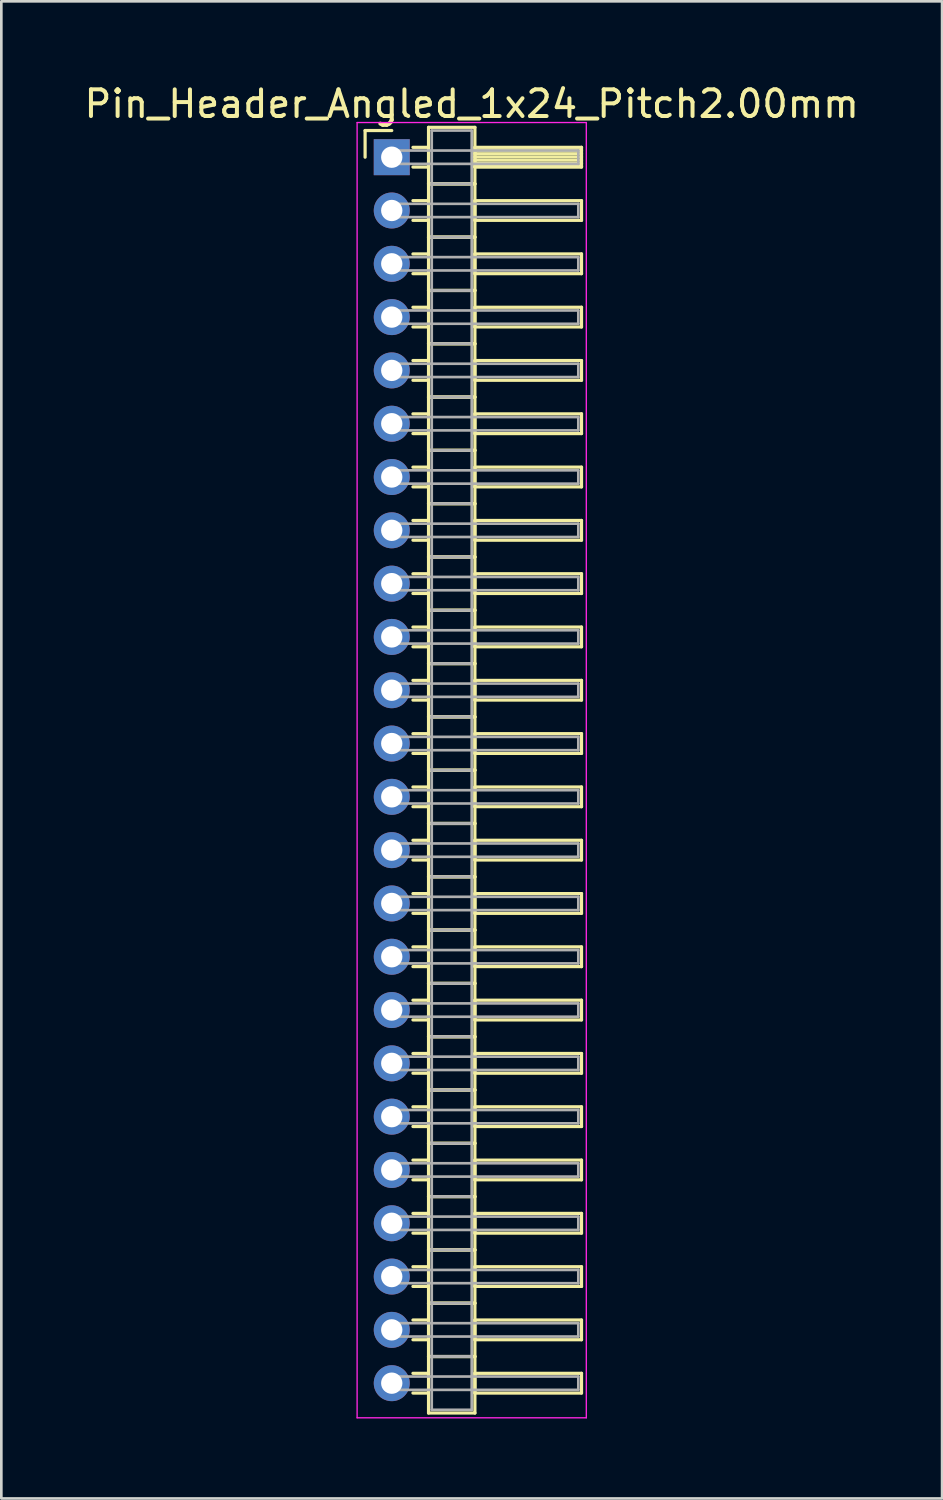
<source format=kicad_pcb>
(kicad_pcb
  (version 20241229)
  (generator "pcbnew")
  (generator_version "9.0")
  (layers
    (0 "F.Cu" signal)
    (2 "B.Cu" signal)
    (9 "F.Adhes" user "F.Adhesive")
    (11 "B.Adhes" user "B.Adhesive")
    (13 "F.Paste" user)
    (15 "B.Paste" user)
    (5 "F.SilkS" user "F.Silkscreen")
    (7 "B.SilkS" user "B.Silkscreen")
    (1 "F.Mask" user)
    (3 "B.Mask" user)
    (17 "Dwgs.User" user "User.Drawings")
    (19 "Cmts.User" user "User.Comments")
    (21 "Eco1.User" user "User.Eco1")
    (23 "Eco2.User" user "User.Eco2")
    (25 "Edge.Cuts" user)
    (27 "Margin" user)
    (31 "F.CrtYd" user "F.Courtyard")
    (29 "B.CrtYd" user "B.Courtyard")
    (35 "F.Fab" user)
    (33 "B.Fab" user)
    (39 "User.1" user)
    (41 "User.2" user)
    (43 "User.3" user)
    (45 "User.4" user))
  (footprint "Pin_Header_Angled_1x24_Pitch2.00mm"
    (layer "F.Cu")
    (at 11.649 2.848)
    (property "Reference" "Pin_Header_Angled_1x24_Pitch2.00mm" (at 3 -2 0) (layer "F.SilkS") (effects (font (size 1 1) (thickness 0.15))))
    (attr through_hole)
    (fp_line (start -1 -1) (end 0 -1) (stroke (width 0.12) (type solid)) (layer "F.SilkS"))
    (fp_line (start -1 0) (end -1 -1) (stroke (width 0.12) (type solid)) (layer "F.SilkS"))
    (fp_line (start 0.795 -0.37) (end 1.38 -0.37) (stroke (width 0.12) (type solid)) (layer "F.SilkS"))
    (fp_line (start 0.795 0.37) (end 1.38 0.37) (stroke (width 0.12) (type solid)) (layer "F.SilkS"))
    (fp_line (start 0.795 1.63) (end 1.38 1.63) (stroke (width 0.12) (type solid)) (layer "F.SilkS"))
    (fp_line (start 0.795 2.37) (end 1.38 2.37) (stroke (width 0.12) (type solid)) (layer "F.SilkS"))
    (fp_line (start 0.795 3.63) (end 1.38 3.63) (stroke (width 0.12) (type solid)) (layer "F.SilkS"))
    (fp_line (start 0.795 4.37) (end 1.38 4.37) (stroke (width 0.12) (type solid)) (layer "F.SilkS"))
    (fp_line (start 0.795 5.63) (end 1.38 5.63) (stroke (width 0.12) (type solid)) (layer "F.SilkS"))
    (fp_line (start 0.795 6.37) (end 1.38 6.37) (stroke (width 0.12) (type solid)) (layer "F.SilkS"))
    (fp_line (start 0.795 7.63) (end 1.38 7.63) (stroke (width 0.12) (type solid)) (layer "F.SilkS"))
    (fp_line (start 0.795 8.37) (end 1.38 8.37) (stroke (width 0.12) (type solid)) (layer "F.SilkS"))
    (fp_line (start 0.795 9.63) (end 1.38 9.63) (stroke (width 0.12) (type solid)) (layer "F.SilkS"))
    (fp_line (start 0.795 10.37) (end 1.38 10.37) (stroke (width 0.12) (type solid)) (layer "F.SilkS"))
    (fp_line (start 0.795 11.63) (end 1.38 11.63) (stroke (width 0.12) (type solid)) (layer "F.SilkS"))
    (fp_line (start 0.795 12.37) (end 1.38 12.37) (stroke (width 0.12) (type solid)) (layer "F.SilkS"))
    (fp_line (start 0.795 13.63) (end 1.38 13.63) (stroke (width 0.12) (type solid)) (layer "F.SilkS"))
    (fp_line (start 0.795 14.37) (end 1.38 14.37) (stroke (width 0.12) (type solid)) (layer "F.SilkS"))
    (fp_line (start 0.795 15.63) (end 1.38 15.63) (stroke (width 0.12) (type solid)) (layer "F.SilkS"))
    (fp_line (start 0.795 16.37) (end 1.38 16.37) (stroke (width 0.12) (type solid)) (layer "F.SilkS"))
    (fp_line (start 0.795 17.63) (end 1.38 17.63) (stroke (width 0.12) (type solid)) (layer "F.SilkS"))
    (fp_line (start 0.795 18.37) (end 1.38 18.37) (stroke (width 0.12) (type solid)) (layer "F.SilkS"))
    (fp_line (start 0.795 19.63) (end 1.38 19.63) (stroke (width 0.12) (type solid)) (layer "F.SilkS"))
    (fp_line (start 0.795 20.37) (end 1.38 20.37) (stroke (width 0.12) (type solid)) (layer "F.SilkS"))
    (fp_line (start 0.795 21.63) (end 1.38 21.63) (stroke (width 0.12) (type solid)) (layer "F.SilkS"))
    (fp_line (start 0.795 22.37) (end 1.38 22.37) (stroke (width 0.12) (type solid)) (layer "F.SilkS"))
    (fp_line (start 0.795 23.63) (end 1.38 23.63) (stroke (width 0.12) (type solid)) (layer "F.SilkS"))
    (fp_line (start 0.795 24.37) (end 1.38 24.37) (stroke (width 0.12) (type solid)) (layer "F.SilkS"))
    (fp_line (start 0.795 25.63) (end 1.38 25.63) (stroke (width 0.12) (type solid)) (layer "F.SilkS"))
    (fp_line (start 0.795 26.37) (end 1.38 26.37) (stroke (width 0.12) (type solid)) (layer "F.SilkS"))
    (fp_line (start 0.795 27.63) (end 1.38 27.63) (stroke (width 0.12) (type solid)) (layer "F.SilkS"))
    (fp_line (start 0.795 28.37) (end 1.38 28.37) (stroke (width 0.12) (type solid)) (layer "F.SilkS"))
    (fp_line (start 0.795 29.63) (end 1.38 29.63) (stroke (width 0.12) (type solid)) (layer "F.SilkS"))
    (fp_line (start 0.795 30.37) (end 1.38 30.37) (stroke (width 0.12) (type solid)) (layer "F.SilkS"))
    (fp_line (start 0.795 31.63) (end 1.38 31.63) (stroke (width 0.12) (type solid)) (layer "F.SilkS"))
    (fp_line (start 0.795 32.37) (end 1.38 32.37) (stroke (width 0.12) (type solid)) (layer "F.SilkS"))
    (fp_line (start 0.795 33.63) (end 1.38 33.63) (stroke (width 0.12) (type solid)) (layer "F.SilkS"))
    (fp_line (start 0.795 34.37) (end 1.38 34.37) (stroke (width 0.12) (type solid)) (layer "F.SilkS"))
    (fp_line (start 0.795 35.63) (end 1.38 35.63) (stroke (width 0.12) (type solid)) (layer "F.SilkS"))
    (fp_line (start 0.795 36.37) (end 1.38 36.37) (stroke (width 0.12) (type solid)) (layer "F.SilkS"))
    (fp_line (start 0.795 37.63) (end 1.38 37.63) (stroke (width 0.12) (type solid)) (layer "F.SilkS"))
    (fp_line (start 0.795 38.37) (end 1.38 38.37) (stroke (width 0.12) (type solid)) (layer "F.SilkS"))
    (fp_line (start 0.795 39.63) (end 1.38 39.63) (stroke (width 0.12) (type solid)) (layer "F.SilkS"))
    (fp_line (start 0.795 40.37) (end 1.38 40.37) (stroke (width 0.12) (type solid)) (layer "F.SilkS"))
    (fp_line (start 0.795 41.63) (end 1.38 41.63) (stroke (width 0.12) (type solid)) (layer "F.SilkS"))
    (fp_line (start 0.795 42.37) (end 1.38 42.37) (stroke (width 0.12) (type solid)) (layer "F.SilkS"))
    (fp_line (start 0.795 43.63) (end 1.38 43.63) (stroke (width 0.12) (type solid)) (layer "F.SilkS"))
    (fp_line (start 0.795 44.37) (end 1.38 44.37) (stroke (width 0.12) (type solid)) (layer "F.SilkS"))
    (fp_line (start 0.795 45.63) (end 1.38 45.63) (stroke (width 0.12) (type solid)) (layer "F.SilkS"))
    (fp_line (start 0.795 46.37) (end 1.38 46.37) (stroke (width 0.12) (type solid)) (layer "F.SilkS"))
    (fp_line (start 1.38 -1.12) (end 1.38 1) (stroke (width 0.12) (type solid)) (layer "F.SilkS"))
    (fp_line (start 1.38 1) (end 1.38 3) (stroke (width 0.12) (type solid)) (layer "F.SilkS"))
    (fp_line (start 1.38 1) (end 3.12 1) (stroke (width 0.12) (type solid)) (layer "F.SilkS"))
    (fp_line (start 1.38 3) (end 1.38 5) (stroke (width 0.12) (type solid)) (layer "F.SilkS"))
    (fp_line (start 1.38 3) (end 3.12 3) (stroke (width 0.12) (type solid)) (layer "F.SilkS"))
    (fp_line (start 1.38 5) (end 1.38 7) (stroke (width 0.12) (type solid)) (layer "F.SilkS"))
    (fp_line (start 1.38 5) (end 3.12 5) (stroke (width 0.12) (type solid)) (layer "F.SilkS"))
    (fp_line (start 1.38 7) (end 1.38 9) (stroke (width 0.12) (type solid)) (layer "F.SilkS"))
    (fp_line (start 1.38 7) (end 3.12 7) (stroke (width 0.12) (type solid)) (layer "F.SilkS"))
    (fp_line (start 1.38 9) (end 1.38 11) (stroke (width 0.12) (type solid)) (layer "F.SilkS"))
    (fp_line (start 1.38 9) (end 3.12 9) (stroke (width 0.12) (type solid)) (layer "F.SilkS"))
    (fp_line (start 1.38 11) (end 1.38 13) (stroke (width 0.12) (type solid)) (layer "F.SilkS"))
    (fp_line (start 1.38 11) (end 3.12 11) (stroke (width 0.12) (type solid)) (layer "F.SilkS"))
    (fp_line (start 1.38 13) (end 1.38 15) (stroke (width 0.12) (type solid)) (layer "F.SilkS"))
    (fp_line (start 1.38 13) (end 3.12 13) (stroke (width 0.12) (type solid)) (layer "F.SilkS"))
    (fp_line (start 1.38 15) (end 1.38 17) (stroke (width 0.12) (type solid)) (layer "F.SilkS"))
    (fp_line (start 1.38 15) (end 3.12 15) (stroke (width 0.12) (type solid)) (layer "F.SilkS"))
    (fp_line (start 1.38 17) (end 1.38 19) (stroke (width 0.12) (type solid)) (layer "F.SilkS"))
    (fp_line (start 1.38 17) (end 3.12 17) (stroke (width 0.12) (type solid)) (layer "F.SilkS"))
    (fp_line (start 1.38 19) (end 1.38 21) (stroke (width 0.12) (type solid)) (layer "F.SilkS"))
    (fp_line (start 1.38 19) (end 3.12 19) (stroke (width 0.12) (type solid)) (layer "F.SilkS"))
    (fp_line (start 1.38 21) (end 1.38 23) (stroke (width 0.12) (type solid)) (layer "F.SilkS"))
    (fp_line (start 1.38 21) (end 3.12 21) (stroke (width 0.12) (type solid)) (layer "F.SilkS"))
    (fp_line (start 1.38 23) (end 1.38 25) (stroke (width 0.12) (type solid)) (layer "F.SilkS"))
    (fp_line (start 1.38 23) (end 3.12 23) (stroke (width 0.12) (type solid)) (layer "F.SilkS"))
    (fp_line (start 1.38 25) (end 1.38 27) (stroke (width 0.12) (type solid)) (layer "F.SilkS"))
    (fp_line (start 1.38 25) (end 3.12 25) (stroke (width 0.12) (type solid)) (layer "F.SilkS"))
    (fp_line (start 1.38 27) (end 1.38 29) (stroke (width 0.12) (type solid)) (layer "F.SilkS"))
    (fp_line (start 1.38 27) (end 3.12 27) (stroke (width 0.12) (type solid)) (layer "F.SilkS"))
    (fp_line (start 1.38 29) (end 1.38 31) (stroke (width 0.12) (type solid)) (layer "F.SilkS"))
    (fp_line (start 1.38 29) (end 3.12 29) (stroke (width 0.12) (type solid)) (layer "F.SilkS"))
    (fp_line (start 1.38 31) (end 1.38 33) (stroke (width 0.12) (type solid)) (layer "F.SilkS"))
    (fp_line (start 1.38 31) (end 3.12 31) (stroke (width 0.12) (type solid)) (layer "F.SilkS"))
    (fp_line (start 1.38 33) (end 1.38 35) (stroke (width 0.12) (type solid)) (layer "F.SilkS"))
    (fp_line (start 1.38 33) (end 3.12 33) (stroke (width 0.12) (type solid)) (layer "F.SilkS"))
    (fp_line (start 1.38 35) (end 1.38 37) (stroke (width 0.12) (type solid)) (layer "F.SilkS"))
    (fp_line (start 1.38 35) (end 3.12 35) (stroke (width 0.12) (type solid)) (layer "F.SilkS"))
    (fp_line (start 1.38 37) (end 1.38 39) (stroke (width 0.12) (type solid)) (layer "F.SilkS"))
    (fp_line (start 1.38 37) (end 3.12 37) (stroke (width 0.12) (type solid)) (layer "F.SilkS"))
    (fp_line (start 1.38 39) (end 1.38 41) (stroke (width 0.12) (type solid)) (layer "F.SilkS"))
    (fp_line (start 1.38 39) (end 3.12 39) (stroke (width 0.12) (type solid)) (layer "F.SilkS"))
    (fp_line (start 1.38 41) (end 1.38 43) (stroke (width 0.12) (type solid)) (layer "F.SilkS"))
    (fp_line (start 1.38 41) (end 3.12 41) (stroke (width 0.12) (type solid)) (layer "F.SilkS"))
    (fp_line (start 1.38 43) (end 1.38 45) (stroke (width 0.12) (type solid)) (layer "F.SilkS"))
    (fp_line (start 1.38 43) (end 3.12 43) (stroke (width 0.12) (type solid)) (layer "F.SilkS"))
    (fp_line (start 1.38 45) (end 1.38 47.12) (stroke (width 0.12) (type solid)) (layer "F.SilkS"))
    (fp_line (start 1.38 45) (end 3.12 45) (stroke (width 0.12) (type solid)) (layer "F.SilkS"))
    (fp_line (start 1.38 47.12) (end 3.12 47.12) (stroke (width 0.12) (type solid)) (layer "F.SilkS"))
    (fp_line (start 3.12 -1.12) (end 1.38 -1.12) (stroke (width 0.12) (type solid)) (layer "F.SilkS"))
    (fp_line (start 3.12 -0.37) (end 3.12 0.37) (stroke (width 0.12) (type solid)) (layer "F.SilkS"))
    (fp_line (start 3.12 -0.25) (end 7.12 -0.25) (stroke (width 0.12) (type solid)) (layer "F.SilkS"))
    (fp_line (start 3.12 -0.13) (end 7.12 -0.13) (stroke (width 0.12) (type solid)) (layer "F.SilkS"))
    (fp_line (start 3.12 -0.01) (end 7.12 -0.01) (stroke (width 0.12) (type solid)) (layer "F.SilkS"))
    (fp_line (start 3.12 0.11) (end 7.12 0.11) (stroke (width 0.12) (type solid)) (layer "F.SilkS"))
    (fp_line (start 3.12 0.23) (end 7.12 0.23) (stroke (width 0.12) (type solid)) (layer "F.SilkS"))
    (fp_line (start 3.12 0.35) (end 7.12 0.35) (stroke (width 0.12) (type solid)) (layer "F.SilkS"))
    (fp_line (start 3.12 0.37) (end 7.12 0.37) (stroke (width 0.12) (type solid)) (layer "F.SilkS"))
    (fp_line (start 3.12 1) (end 1.38 1) (stroke (width 0.12) (type solid)) (layer "F.SilkS"))
    (fp_line (start 3.12 1) (end 3.12 -1.12) (stroke (width 0.12) (type solid)) (layer "F.SilkS"))
    (fp_line (start 3.12 1.63) (end 3.12 2.37) (stroke (width 0.12) (type solid)) (layer "F.SilkS"))
    (fp_line (start 3.12 2.37) (end 7.12 2.37) (stroke (width 0.12) (type solid)) (layer "F.SilkS"))
    (fp_line (start 3.12 3) (end 1.38 3) (stroke (width 0.12) (type solid)) (layer "F.SilkS"))
    (fp_line (start 3.12 3) (end 3.12 1) (stroke (width 0.12) (type solid)) (layer "F.SilkS"))
    (fp_line (start 3.12 3.63) (end 3.12 4.37) (stroke (width 0.12) (type solid)) (layer "F.SilkS"))
    (fp_line (start 3.12 4.37) (end 7.12 4.37) (stroke (width 0.12) (type solid)) (layer "F.SilkS"))
    (fp_line (start 3.12 5) (end 1.38 5) (stroke (width 0.12) (type solid)) (layer "F.SilkS"))
    (fp_line (start 3.12 5) (end 3.12 3) (stroke (width 0.12) (type solid)) (layer "F.SilkS"))
    (fp_line (start 3.12 5.63) (end 3.12 6.37) (stroke (width 0.12) (type solid)) (layer "F.SilkS"))
    (fp_line (start 3.12 6.37) (end 7.12 6.37) (stroke (width 0.12) (type solid)) (layer "F.SilkS"))
    (fp_line (start 3.12 7) (end 1.38 7) (stroke (width 0.12) (type solid)) (layer "F.SilkS"))
    (fp_line (start 3.12 7) (end 3.12 5) (stroke (width 0.12) (type solid)) (layer "F.SilkS"))
    (fp_line (start 3.12 7.63) (end 3.12 8.37) (stroke (width 0.12) (type solid)) (layer "F.SilkS"))
    (fp_line (start 3.12 8.37) (end 7.12 8.37) (stroke (width 0.12) (type solid)) (layer "F.SilkS"))
    (fp_line (start 3.12 9) (end 1.38 9) (stroke (width 0.12) (type solid)) (layer "F.SilkS"))
    (fp_line (start 3.12 9) (end 3.12 7) (stroke (width 0.12) (type solid)) (layer "F.SilkS"))
    (fp_line (start 3.12 9.63) (end 3.12 10.37) (stroke (width 0.12) (type solid)) (layer "F.SilkS"))
    (fp_line (start 3.12 10.37) (end 7.12 10.37) (stroke (width 0.12) (type solid)) (layer "F.SilkS"))
    (fp_line (start 3.12 11) (end 1.38 11) (stroke (width 0.12) (type solid)) (layer "F.SilkS"))
    (fp_line (start 3.12 11) (end 3.12 9) (stroke (width 0.12) (type solid)) (layer "F.SilkS"))
    (fp_line (start 3.12 11.63) (end 3.12 12.37) (stroke (width 0.12) (type solid)) (layer "F.SilkS"))
    (fp_line (start 3.12 12.37) (end 7.12 12.37) (stroke (width 0.12) (type solid)) (layer "F.SilkS"))
    (fp_line (start 3.12 13) (end 1.38 13) (stroke (width 0.12) (type solid)) (layer "F.SilkS"))
    (fp_line (start 3.12 13) (end 3.12 11) (stroke (width 0.12) (type solid)) (layer "F.SilkS"))
    (fp_line (start 3.12 13.63) (end 3.12 14.37) (stroke (width 0.12) (type solid)) (layer "F.SilkS"))
    (fp_line (start 3.12 14.37) (end 7.12 14.37) (stroke (width 0.12) (type solid)) (layer "F.SilkS"))
    (fp_line (start 3.12 15) (end 1.38 15) (stroke (width 0.12) (type solid)) (layer "F.SilkS"))
    (fp_line (start 3.12 15) (end 3.12 13) (stroke (width 0.12) (type solid)) (layer "F.SilkS"))
    (fp_line (start 3.12 15.63) (end 3.12 16.37) (stroke (width 0.12) (type solid)) (layer "F.SilkS"))
    (fp_line (start 3.12 16.37) (end 7.12 16.37) (stroke (width 0.12) (type solid)) (layer "F.SilkS"))
    (fp_line (start 3.12 17) (end 1.38 17) (stroke (width 0.12) (type solid)) (layer "F.SilkS"))
    (fp_line (start 3.12 17) (end 3.12 15) (stroke (width 0.12) (type solid)) (layer "F.SilkS"))
    (fp_line (start 3.12 17.63) (end 3.12 18.37) (stroke (width 0.12) (type solid)) (layer "F.SilkS"))
    (fp_line (start 3.12 18.37) (end 7.12 18.37) (stroke (width 0.12) (type solid)) (layer "F.SilkS"))
    (fp_line (start 3.12 19) (end 1.38 19) (stroke (width 0.12) (type solid)) (layer "F.SilkS"))
    (fp_line (start 3.12 19) (end 3.12 17) (stroke (width 0.12) (type solid)) (layer "F.SilkS"))
    (fp_line (start 3.12 19.63) (end 3.12 20.37) (stroke (width 0.12) (type solid)) (layer "F.SilkS"))
    (fp_line (start 3.12 20.37) (end 7.12 20.37) (stroke (width 0.12) (type solid)) (layer "F.SilkS"))
    (fp_line (start 3.12 21) (end 1.38 21) (stroke (width 0.12) (type solid)) (layer "F.SilkS"))
    (fp_line (start 3.12 21) (end 3.12 19) (stroke (width 0.12) (type solid)) (layer "F.SilkS"))
    (fp_line (start 3.12 21.63) (end 3.12 22.37) (stroke (width 0.12) (type solid)) (layer "F.SilkS"))
    (fp_line (start 3.12 22.37) (end 7.12 22.37) (stroke (width 0.12) (type solid)) (layer "F.SilkS"))
    (fp_line (start 3.12 23) (end 1.38 23) (stroke (width 0.12) (type solid)) (layer "F.SilkS"))
    (fp_line (start 3.12 23) (end 3.12 21) (stroke (width 0.12) (type solid)) (layer "F.SilkS"))
    (fp_line (start 3.12 23.63) (end 3.12 24.37) (stroke (width 0.12) (type solid)) (layer "F.SilkS"))
    (fp_line (start 3.12 24.37) (end 7.12 24.37) (stroke (width 0.12) (type solid)) (layer "F.SilkS"))
    (fp_line (start 3.12 25) (end 1.38 25) (stroke (width 0.12) (type solid)) (layer "F.SilkS"))
    (fp_line (start 3.12 25) (end 3.12 23) (stroke (width 0.12) (type solid)) (layer "F.SilkS"))
    (fp_line (start 3.12 25.63) (end 3.12 26.37) (stroke (width 0.12) (type solid)) (layer "F.SilkS"))
    (fp_line (start 3.12 26.37) (end 7.12 26.37) (stroke (width 0.12) (type solid)) (layer "F.SilkS"))
    (fp_line (start 3.12 27) (end 1.38 27) (stroke (width 0.12) (type solid)) (layer "F.SilkS"))
    (fp_line (start 3.12 27) (end 3.12 25) (stroke (width 0.12) (type solid)) (layer "F.SilkS"))
    (fp_line (start 3.12 27.63) (end 3.12 28.37) (stroke (width 0.12) (type solid)) (layer "F.SilkS"))
    (fp_line (start 3.12 28.37) (end 7.12 28.37) (stroke (width 0.12) (type solid)) (layer "F.SilkS"))
    (fp_line (start 3.12 29) (end 1.38 29) (stroke (width 0.12) (type solid)) (layer "F.SilkS"))
    (fp_line (start 3.12 29) (end 3.12 27) (stroke (width 0.12) (type solid)) (layer "F.SilkS"))
    (fp_line (start 3.12 29.63) (end 3.12 30.37) (stroke (width 0.12) (type solid)) (layer "F.SilkS"))
    (fp_line (start 3.12 30.37) (end 7.12 30.37) (stroke (width 0.12) (type solid)) (layer "F.SilkS"))
    (fp_line (start 3.12 31) (end 1.38 31) (stroke (width 0.12) (type solid)) (layer "F.SilkS"))
    (fp_line (start 3.12 31) (end 3.12 29) (stroke (width 0.12) (type solid)) (layer "F.SilkS"))
    (fp_line (start 3.12 31.63) (end 3.12 32.37) (stroke (width 0.12) (type solid)) (layer "F.SilkS"))
    (fp_line (start 3.12 32.37) (end 7.12 32.37) (stroke (width 0.12) (type solid)) (layer "F.SilkS"))
    (fp_line (start 3.12 33) (end 1.38 33) (stroke (width 0.12) (type solid)) (layer "F.SilkS"))
    (fp_line (start 3.12 33) (end 3.12 31) (stroke (width 0.12) (type solid)) (layer "F.SilkS"))
    (fp_line (start 3.12 33.63) (end 3.12 34.37) (stroke (width 0.12) (type solid)) (layer "F.SilkS"))
    (fp_line (start 3.12 34.37) (end 7.12 34.37) (stroke (width 0.12) (type solid)) (layer "F.SilkS"))
    (fp_line (start 3.12 35) (end 1.38 35) (stroke (width 0.12) (type solid)) (layer "F.SilkS"))
    (fp_line (start 3.12 35) (end 3.12 33) (stroke (width 0.12) (type solid)) (layer "F.SilkS"))
    (fp_line (start 3.12 35.63) (end 3.12 36.37) (stroke (width 0.12) (type solid)) (layer "F.SilkS"))
    (fp_line (start 3.12 36.37) (end 7.12 36.37) (stroke (width 0.12) (type solid)) (layer "F.SilkS"))
    (fp_line (start 3.12 37) (end 1.38 37) (stroke (width 0.12) (type solid)) (layer "F.SilkS"))
    (fp_line (start 3.12 37) (end 3.12 35) (stroke (width 0.12) (type solid)) (layer "F.SilkS"))
    (fp_line (start 3.12 37.63) (end 3.12 38.37) (stroke (width 0.12) (type solid)) (layer "F.SilkS"))
    (fp_line (start 3.12 38.37) (end 7.12 38.37) (stroke (width 0.12) (type solid)) (layer "F.SilkS"))
    (fp_line (start 3.12 39) (end 1.38 39) (stroke (width 0.12) (type solid)) (layer "F.SilkS"))
    (fp_line (start 3.12 39) (end 3.12 37) (stroke (width 0.12) (type solid)) (layer "F.SilkS"))
    (fp_line (start 3.12 39.63) (end 3.12 40.37) (stroke (width 0.12) (type solid)) (layer "F.SilkS"))
    (fp_line (start 3.12 40.37) (end 7.12 40.37) (stroke (width 0.12) (type solid)) (layer "F.SilkS"))
    (fp_line (start 3.12 41) (end 1.38 41) (stroke (width 0.12) (type solid)) (layer "F.SilkS"))
    (fp_line (start 3.12 41) (end 3.12 39) (stroke (width 0.12) (type solid)) (layer "F.SilkS"))
    (fp_line (start 3.12 41.63) (end 3.12 42.37) (stroke (width 0.12) (type solid)) (layer "F.SilkS"))
    (fp_line (start 3.12 42.37) (end 7.12 42.37) (stroke (width 0.12) (type solid)) (layer "F.SilkS"))
    (fp_line (start 3.12 43) (end 1.38 43) (stroke (width 0.12) (type solid)) (layer "F.SilkS"))
    (fp_line (start 3.12 43) (end 3.12 41) (stroke (width 0.12) (type solid)) (layer "F.SilkS"))
    (fp_line (start 3.12 43.63) (end 3.12 44.37) (stroke (width 0.12) (type solid)) (layer "F.SilkS"))
    (fp_line (start 3.12 44.37) (end 7.12 44.37) (stroke (width 0.12) (type solid)) (layer "F.SilkS"))
    (fp_line (start 3.12 45) (end 1.38 45) (stroke (width 0.12) (type solid)) (layer "F.SilkS"))
    (fp_line (start 3.12 45) (end 3.12 43) (stroke (width 0.12) (type solid)) (layer "F.SilkS"))
    (fp_line (start 3.12 45.63) (end 3.12 46.37) (stroke (width 0.12) (type solid)) (layer "F.SilkS"))
    (fp_line (start 3.12 46.37) (end 7.12 46.37) (stroke (width 0.12) (type solid)) (layer "F.SilkS"))
    (fp_line (start 3.12 47.12) (end 3.12 45) (stroke (width 0.12) (type solid)) (layer "F.SilkS"))
    (fp_line (start 7.12 -0.37) (end 3.12 -0.37) (stroke (width 0.12) (type solid)) (layer "F.SilkS"))
    (fp_line (start 7.12 0.37) (end 7.12 -0.37) (stroke (width 0.12) (type solid)) (layer "F.SilkS"))
    (fp_line (start 7.12 1.63) (end 3.12 1.63) (stroke (width 0.12) (type solid)) (layer "F.SilkS"))
    (fp_line (start 7.12 2.37) (end 7.12 1.63) (stroke (width 0.12) (type solid)) (layer "F.SilkS"))
    (fp_line (start 7.12 3.63) (end 3.12 3.63) (stroke (width 0.12) (type solid)) (layer "F.SilkS"))
    (fp_line (start 7.12 4.37) (end 7.12 3.63) (stroke (width 0.12) (type solid)) (layer "F.SilkS"))
    (fp_line (start 7.12 5.63) (end 3.12 5.63) (stroke (width 0.12) (type solid)) (layer "F.SilkS"))
    (fp_line (start 7.12 6.37) (end 7.12 5.63) (stroke (width 0.12) (type solid)) (layer "F.SilkS"))
    (fp_line (start 7.12 7.63) (end 3.12 7.63) (stroke (width 0.12) (type solid)) (layer "F.SilkS"))
    (fp_line (start 7.12 8.37) (end 7.12 7.63) (stroke (width 0.12) (type solid)) (layer "F.SilkS"))
    (fp_line (start 7.12 9.63) (end 3.12 9.63) (stroke (width 0.12) (type solid)) (layer "F.SilkS"))
    (fp_line (start 7.12 10.37) (end 7.12 9.63) (stroke (width 0.12) (type solid)) (layer "F.SilkS"))
    (fp_line (start 7.12 11.63) (end 3.12 11.63) (stroke (width 0.12) (type solid)) (layer "F.SilkS"))
    (fp_line (start 7.12 12.37) (end 7.12 11.63) (stroke (width 0.12) (type solid)) (layer "F.SilkS"))
    (fp_line (start 7.12 13.63) (end 3.12 13.63) (stroke (width 0.12) (type solid)) (layer "F.SilkS"))
    (fp_line (start 7.12 14.37) (end 7.12 13.63) (stroke (width 0.12) (type solid)) (layer "F.SilkS"))
    (fp_line (start 7.12 15.63) (end 3.12 15.63) (stroke (width 0.12) (type solid)) (layer "F.SilkS"))
    (fp_line (start 7.12 16.37) (end 7.12 15.63) (stroke (width 0.12) (type solid)) (layer "F.SilkS"))
    (fp_line (start 7.12 17.63) (end 3.12 17.63) (stroke (width 0.12) (type solid)) (layer "F.SilkS"))
    (fp_line (start 7.12 18.37) (end 7.12 17.63) (stroke (width 0.12) (type solid)) (layer "F.SilkS"))
    (fp_line (start 7.12 19.63) (end 3.12 19.63) (stroke (width 0.12) (type solid)) (layer "F.SilkS"))
    (fp_line (start 7.12 20.37) (end 7.12 19.63) (stroke (width 0.12) (type solid)) (layer "F.SilkS"))
    (fp_line (start 7.12 21.63) (end 3.12 21.63) (stroke (width 0.12) (type solid)) (layer "F.SilkS"))
    (fp_line (start 7.12 22.37) (end 7.12 21.63) (stroke (width 0.12) (type solid)) (layer "F.SilkS"))
    (fp_line (start 7.12 23.63) (end 3.12 23.63) (stroke (width 0.12) (type solid)) (layer "F.SilkS"))
    (fp_line (start 7.12 24.37) (end 7.12 23.63) (stroke (width 0.12) (type solid)) (layer "F.SilkS"))
    (fp_line (start 7.12 25.63) (end 3.12 25.63) (stroke (width 0.12) (type solid)) (layer "F.SilkS"))
    (fp_line (start 7.12 26.37) (end 7.12 25.63) (stroke (width 0.12) (type solid)) (layer "F.SilkS"))
    (fp_line (start 7.12 27.63) (end 3.12 27.63) (stroke (width 0.12) (type solid)) (layer "F.SilkS"))
    (fp_line (start 7.12 28.37) (end 7.12 27.63) (stroke (width 0.12) (type solid)) (layer "F.SilkS"))
    (fp_line (start 7.12 29.63) (end 3.12 29.63) (stroke (width 0.12) (type solid)) (layer "F.SilkS"))
    (fp_line (start 7.12 30.37) (end 7.12 29.63) (stroke (width 0.12) (type solid)) (layer "F.SilkS"))
    (fp_line (start 7.12 31.63) (end 3.12 31.63) (stroke (width 0.12) (type solid)) (layer "F.SilkS"))
    (fp_line (start 7.12 32.37) (end 7.12 31.63) (stroke (width 0.12) (type solid)) (layer "F.SilkS"))
    (fp_line (start 7.12 33.63) (end 3.12 33.63) (stroke (width 0.12) (type solid)) (layer "F.SilkS"))
    (fp_line (start 7.12 34.37) (end 7.12 33.63) (stroke (width 0.12) (type solid)) (layer "F.SilkS"))
    (fp_line (start 7.12 35.63) (end 3.12 35.63) (stroke (width 0.12) (type solid)) (layer "F.SilkS"))
    (fp_line (start 7.12 36.37) (end 7.12 35.63) (stroke (width 0.12) (type solid)) (layer "F.SilkS"))
    (fp_line (start 7.12 37.63) (end 3.12 37.63) (stroke (width 0.12) (type solid)) (layer "F.SilkS"))
    (fp_line (start 7.12 38.37) (end 7.12 37.63) (stroke (width 0.12) (type solid)) (layer "F.SilkS"))
    (fp_line (start 7.12 39.63) (end 3.12 39.63) (stroke (width 0.12) (type solid)) (layer "F.SilkS"))
    (fp_line (start 7.12 40.37) (end 7.12 39.63) (stroke (width 0.12) (type solid)) (layer "F.SilkS"))
    (fp_line (start 7.12 41.63) (end 3.12 41.63) (stroke (width 0.12) (type solid)) (layer "F.SilkS"))
    (fp_line (start 7.12 42.37) (end 7.12 41.63) (stroke (width 0.12) (type solid)) (layer "F.SilkS"))
    (fp_line (start 7.12 43.63) (end 3.12 43.63) (stroke (width 0.12) (type solid)) (layer "F.SilkS"))
    (fp_line (start 7.12 44.37) (end 7.12 43.63) (stroke (width 0.12) (type solid)) (layer "F.SilkS"))
    (fp_line (start 7.12 45.63) (end 3.12 45.63) (stroke (width 0.12) (type solid)) (layer "F.SilkS"))
    (fp_line (start 7.12 46.37) (end 7.12 45.63) (stroke (width 0.12) (type solid)) (layer "F.SilkS"))
    (fp_line (start -1.3 -1.3) (end -1.3 47.3) (stroke (width 0.05) (type solid)) (layer "F.CrtYd"))
    (fp_line (start -1.3 47.3) (end 7.3 47.3) (stroke (width 0.05) (type solid)) (layer "F.CrtYd"))
    (fp_line (start 7.3 -1.3) (end -1.3 -1.3) (stroke (width 0.05) (type solid)) (layer "F.CrtYd"))
    (fp_line (start 7.3 47.3) (end 7.3 -1.3) (stroke (width 0.05) (type solid)) (layer "F.CrtYd"))
    (fp_line (start 0 -0.25) (end 0 0.25) (stroke (width 0.1) (type solid)) (layer "F.Fab"))
    (fp_line (start 0 0.25) (end 7 0.25) (stroke (width 0.1) (type solid)) (layer "F.Fab"))
    (fp_line (start 0 1.75) (end 0 2.25) (stroke (width 0.1) (type solid)) (layer "F.Fab"))
    (fp_line (start 0 2.25) (end 7 2.25) (stroke (width 0.1) (type solid)) (layer "F.Fab"))
    (fp_line (start 0 3.75) (end 0 4.25) (stroke (width 0.1) (type solid)) (layer "F.Fab"))
    (fp_line (start 0 4.25) (end 7 4.25) (stroke (width 0.1) (type solid)) (layer "F.Fab"))
    (fp_line (start 0 5.75) (end 0 6.25) (stroke (width 0.1) (type solid)) (layer "F.Fab"))
    (fp_line (start 0 6.25) (end 7 6.25) (stroke (width 0.1) (type solid)) (layer "F.Fab"))
    (fp_line (start 0 7.75) (end 0 8.25) (stroke (width 0.1) (type solid)) (layer "F.Fab"))
    (fp_line (start 0 8.25) (end 7 8.25) (stroke (width 0.1) (type solid)) (layer "F.Fab"))
    (fp_line (start 0 9.75) (end 0 10.25) (stroke (width 0.1) (type solid)) (layer "F.Fab"))
    (fp_line (start 0 10.25) (end 7 10.25) (stroke (width 0.1) (type solid)) (layer "F.Fab"))
    (fp_line (start 0 11.75) (end 0 12.25) (stroke (width 0.1) (type solid)) (layer "F.Fab"))
    (fp_line (start 0 12.25) (end 7 12.25) (stroke (width 0.1) (type solid)) (layer "F.Fab"))
    (fp_line (start 0 13.75) (end 0 14.25) (stroke (width 0.1) (type solid)) (layer "F.Fab"))
    (fp_line (start 0 14.25) (end 7 14.25) (stroke (width 0.1) (type solid)) (layer "F.Fab"))
    (fp_line (start 0 15.75) (end 0 16.25) (stroke (width 0.1) (type solid)) (layer "F.Fab"))
    (fp_line (start 0 16.25) (end 7 16.25) (stroke (width 0.1) (type solid)) (layer "F.Fab"))
    (fp_line (start 0 17.75) (end 0 18.25) (stroke (width 0.1) (type solid)) (layer "F.Fab"))
    (fp_line (start 0 18.25) (end 7 18.25) (stroke (width 0.1) (type solid)) (layer "F.Fab"))
    (fp_line (start 0 19.75) (end 0 20.25) (stroke (width 0.1) (type solid)) (layer "F.Fab"))
    (fp_line (start 0 20.25) (end 7 20.25) (stroke (width 0.1) (type solid)) (layer "F.Fab"))
    (fp_line (start 0 21.75) (end 0 22.25) (stroke (width 0.1) (type solid)) (layer "F.Fab"))
    (fp_line (start 0 22.25) (end 7 22.25) (stroke (width 0.1) (type solid)) (layer "F.Fab"))
    (fp_line (start 0 23.75) (end 0 24.25) (stroke (width 0.1) (type solid)) (layer "F.Fab"))
    (fp_line (start 0 24.25) (end 7 24.25) (stroke (width 0.1) (type solid)) (layer "F.Fab"))
    (fp_line (start 0 25.75) (end 0 26.25) (stroke (width 0.1) (type solid)) (layer "F.Fab"))
    (fp_line (start 0 26.25) (end 7 26.25) (stroke (width 0.1) (type solid)) (layer "F.Fab"))
    (fp_line (start 0 27.75) (end 0 28.25) (stroke (width 0.1) (type solid)) (layer "F.Fab"))
    (fp_line (start 0 28.25) (end 7 28.25) (stroke (width 0.1) (type solid)) (layer "F.Fab"))
    (fp_line (start 0 29.75) (end 0 30.25) (stroke (width 0.1) (type solid)) (layer "F.Fab"))
    (fp_line (start 0 30.25) (end 7 30.25) (stroke (width 0.1) (type solid)) (layer "F.Fab"))
    (fp_line (start 0 31.75) (end 0 32.25) (stroke (width 0.1) (type solid)) (layer "F.Fab"))
    (fp_line (start 0 32.25) (end 7 32.25) (stroke (width 0.1) (type solid)) (layer "F.Fab"))
    (fp_line (start 0 33.75) (end 0 34.25) (stroke (width 0.1) (type solid)) (layer "F.Fab"))
    (fp_line (start 0 34.25) (end 7 34.25) (stroke (width 0.1) (type solid)) (layer "F.Fab"))
    (fp_line (start 0 35.75) (end 0 36.25) (stroke (width 0.1) (type solid)) (layer "F.Fab"))
    (fp_line (start 0 36.25) (end 7 36.25) (stroke (width 0.1) (type solid)) (layer "F.Fab"))
    (fp_line (start 0 37.75) (end 0 38.25) (stroke (width 0.1) (type solid)) (layer "F.Fab"))
    (fp_line (start 0 38.25) (end 7 38.25) (stroke (width 0.1) (type solid)) (layer "F.Fab"))
    (fp_line (start 0 39.75) (end 0 40.25) (stroke (width 0.1) (type solid)) (layer "F.Fab"))
    (fp_line (start 0 40.25) (end 7 40.25) (stroke (width 0.1) (type solid)) (layer "F.Fab"))
    (fp_line (start 0 41.75) (end 0 42.25) (stroke (width 0.1) (type solid)) (layer "F.Fab"))
    (fp_line (start 0 42.25) (end 7 42.25) (stroke (width 0.1) (type solid)) (layer "F.Fab"))
    (fp_line (start 0 43.75) (end 0 44.25) (stroke (width 0.1) (type solid)) (layer "F.Fab"))
    (fp_line (start 0 44.25) (end 7 44.25) (stroke (width 0.1) (type solid)) (layer "F.Fab"))
    (fp_line (start 0 45.75) (end 0 46.25) (stroke (width 0.1) (type solid)) (layer "F.Fab"))
    (fp_line (start 0 46.25) (end 7 46.25) (stroke (width 0.1) (type solid)) (layer "F.Fab"))
    (fp_line (start 1.5 -1) (end 1.5 1) (stroke (width 0.1) (type solid)) (layer "F.Fab"))
    (fp_line (start 1.5 1) (end 1.5 3) (stroke (width 0.1) (type solid)) (layer "F.Fab"))
    (fp_line (start 1.5 1) (end 3 1) (stroke (width 0.1) (type solid)) (layer "F.Fab"))
    (fp_line (start 1.5 3) (end 1.5 5) (stroke (width 0.1) (type solid)) (layer "F.Fab"))
    (fp_line (start 1.5 3) (end 3 3) (stroke (width 0.1) (type solid)) (layer "F.Fab"))
    (fp_line (start 1.5 5) (end 1.5 7) (stroke (width 0.1) (type solid)) (layer "F.Fab"))
    (fp_line (start 1.5 5) (end 3 5) (stroke (width 0.1) (type solid)) (layer "F.Fab"))
    (fp_line (start 1.5 7) (end 1.5 9) (stroke (width 0.1) (type solid)) (layer "F.Fab"))
    (fp_line (start 1.5 7) (end 3 7) (stroke (width 0.1) (type solid)) (layer "F.Fab"))
    (fp_line (start 1.5 9) (end 1.5 11) (stroke (width 0.1) (type solid)) (layer "F.Fab"))
    (fp_line (start 1.5 9) (end 3 9) (stroke (width 0.1) (type solid)) (layer "F.Fab"))
    (fp_line (start 1.5 11) (end 1.5 13) (stroke (width 0.1) (type solid)) (layer "F.Fab"))
    (fp_line (start 1.5 11) (end 3 11) (stroke (width 0.1) (type solid)) (layer "F.Fab"))
    (fp_line (start 1.5 13) (end 1.5 15) (stroke (width 0.1) (type solid)) (layer "F.Fab"))
    (fp_line (start 1.5 13) (end 3 13) (stroke (width 0.1) (type solid)) (layer "F.Fab"))
    (fp_line (start 1.5 15) (end 1.5 17) (stroke (width 0.1) (type solid)) (layer "F.Fab"))
    (fp_line (start 1.5 15) (end 3 15) (stroke (width 0.1) (type solid)) (layer "F.Fab"))
    (fp_line (start 1.5 17) (end 1.5 19) (stroke (width 0.1) (type solid)) (layer "F.Fab"))
    (fp_line (start 1.5 17) (end 3 17) (stroke (width 0.1) (type solid)) (layer "F.Fab"))
    (fp_line (start 1.5 19) (end 1.5 21) (stroke (width 0.1) (type solid)) (layer "F.Fab"))
    (fp_line (start 1.5 19) (end 3 19) (stroke (width 0.1) (type solid)) (layer "F.Fab"))
    (fp_line (start 1.5 21) (end 1.5 23) (stroke (width 0.1) (type solid)) (layer "F.Fab"))
    (fp_line (start 1.5 21) (end 3 21) (stroke (width 0.1) (type solid)) (layer "F.Fab"))
    (fp_line (start 1.5 23) (end 1.5 25) (stroke (width 0.1) (type solid)) (layer "F.Fab"))
    (fp_line (start 1.5 23) (end 3 23) (stroke (width 0.1) (type solid)) (layer "F.Fab"))
    (fp_line (start 1.5 25) (end 1.5 27) (stroke (width 0.1) (type solid)) (layer "F.Fab"))
    (fp_line (start 1.5 25) (end 3 25) (stroke (width 0.1) (type solid)) (layer "F.Fab"))
    (fp_line (start 1.5 27) (end 1.5 29) (stroke (width 0.1) (type solid)) (layer "F.Fab"))
    (fp_line (start 1.5 27) (end 3 27) (stroke (width 0.1) (type solid)) (layer "F.Fab"))
    (fp_line (start 1.5 29) (end 1.5 31) (stroke (width 0.1) (type solid)) (layer "F.Fab"))
    (fp_line (start 1.5 29) (end 3 29) (stroke (width 0.1) (type solid)) (layer "F.Fab"))
    (fp_line (start 1.5 31) (end 1.5 33) (stroke (width 0.1) (type solid)) (layer "F.Fab"))
    (fp_line (start 1.5 31) (end 3 31) (stroke (width 0.1) (type solid)) (layer "F.Fab"))
    (fp_line (start 1.5 33) (end 1.5 35) (stroke (width 0.1) (type solid)) (layer "F.Fab"))
    (fp_line (start 1.5 33) (end 3 33) (stroke (width 0.1) (type solid)) (layer "F.Fab"))
    (fp_line (start 1.5 35) (end 1.5 37) (stroke (width 0.1) (type solid)) (layer "F.Fab"))
    (fp_line (start 1.5 35) (end 3 35) (stroke (width 0.1) (type solid)) (layer "F.Fab"))
    (fp_line (start 1.5 37) (end 1.5 39) (stroke (width 0.1) (type solid)) (layer "F.Fab"))
    (fp_line (start 1.5 37) (end 3 37) (stroke (width 0.1) (type solid)) (layer "F.Fab"))
    (fp_line (start 1.5 39) (end 1.5 41) (stroke (width 0.1) (type solid)) (layer "F.Fab"))
    (fp_line (start 1.5 39) (end 3 39) (stroke (width 0.1) (type solid)) (layer "F.Fab"))
    (fp_line (start 1.5 41) (end 1.5 43) (stroke (width 0.1) (type solid)) (layer "F.Fab"))
    (fp_line (start 1.5 41) (end 3 41) (stroke (width 0.1) (type solid)) (layer "F.Fab"))
    (fp_line (start 1.5 43) (end 1.5 45) (stroke (width 0.1) (type solid)) (layer "F.Fab"))
    (fp_line (start 1.5 43) (end 3 43) (stroke (width 0.1) (type solid)) (layer "F.Fab"))
    (fp_line (start 1.5 45) (end 1.5 47) (stroke (width 0.1) (type solid)) (layer "F.Fab"))
    (fp_line (start 1.5 45) (end 3 45) (stroke (width 0.1) (type solid)) (layer "F.Fab"))
    (fp_line (start 1.5 47) (end 3 47) (stroke (width 0.1) (type solid)) (layer "F.Fab"))
    (fp_line (start 3 -1) (end 1.5 -1) (stroke (width 0.1) (type solid)) (layer "F.Fab"))
    (fp_line (start 3 1) (end 1.5 1) (stroke (width 0.1) (type solid)) (layer "F.Fab"))
    (fp_line (start 3 1) (end 3 -1) (stroke (width 0.1) (type solid)) (layer "F.Fab"))
    (fp_line (start 3 3) (end 1.5 3) (stroke (width 0.1) (type solid)) (layer "F.Fab"))
    (fp_line (start 3 3) (end 3 1) (stroke (width 0.1) (type solid)) (layer "F.Fab"))
    (fp_line (start 3 5) (end 1.5 5) (stroke (width 0.1) (type solid)) (layer "F.Fab"))
    (fp_line (start 3 5) (end 3 3) (stroke (width 0.1) (type solid)) (layer "F.Fab"))
    (fp_line (start 3 7) (end 1.5 7) (stroke (width 0.1) (type solid)) (layer "F.Fab"))
    (fp_line (start 3 7) (end 3 5) (stroke (width 0.1) (type solid)) (layer "F.Fab"))
    (fp_line (start 3 9) (end 1.5 9) (stroke (width 0.1) (type solid)) (layer "F.Fab"))
    (fp_line (start 3 9) (end 3 7) (stroke (width 0.1) (type solid)) (layer "F.Fab"))
    (fp_line (start 3 11) (end 1.5 11) (stroke (width 0.1) (type solid)) (layer "F.Fab"))
    (fp_line (start 3 11) (end 3 9) (stroke (width 0.1) (type solid)) (layer "F.Fab"))
    (fp_line (start 3 13) (end 1.5 13) (stroke (width 0.1) (type solid)) (layer "F.Fab"))
    (fp_line (start 3 13) (end 3 11) (stroke (width 0.1) (type solid)) (layer "F.Fab"))
    (fp_line (start 3 15) (end 1.5 15) (stroke (width 0.1) (type solid)) (layer "F.Fab"))
    (fp_line (start 3 15) (end 3 13) (stroke (width 0.1) (type solid)) (layer "F.Fab"))
    (fp_line (start 3 17) (end 1.5 17) (stroke (width 0.1) (type solid)) (layer "F.Fab"))
    (fp_line (start 3 17) (end 3 15) (stroke (width 0.1) (type solid)) (layer "F.Fab"))
    (fp_line (start 3 19) (end 1.5 19) (stroke (width 0.1) (type solid)) (layer "F.Fab"))
    (fp_line (start 3 19) (end 3 17) (stroke (width 0.1) (type solid)) (layer "F.Fab"))
    (fp_line (start 3 21) (end 1.5 21) (stroke (width 0.1) (type solid)) (layer "F.Fab"))
    (fp_line (start 3 21) (end 3 19) (stroke (width 0.1) (type solid)) (layer "F.Fab"))
    (fp_line (start 3 23) (end 1.5 23) (stroke (width 0.1) (type solid)) (layer "F.Fab"))
    (fp_line (start 3 23) (end 3 21) (stroke (width 0.1) (type solid)) (layer "F.Fab"))
    (fp_line (start 3 25) (end 1.5 25) (stroke (width 0.1) (type solid)) (layer "F.Fab"))
    (fp_line (start 3 25) (end 3 23) (stroke (width 0.1) (type solid)) (layer "F.Fab"))
    (fp_line (start 3 27) (end 1.5 27) (stroke (width 0.1) (type solid)) (layer "F.Fab"))
    (fp_line (start 3 27) (end 3 25) (stroke (width 0.1) (type solid)) (layer "F.Fab"))
    (fp_line (start 3 29) (end 1.5 29) (stroke (width 0.1) (type solid)) (layer "F.Fab"))
    (fp_line (start 3 29) (end 3 27) (stroke (width 0.1) (type solid)) (layer "F.Fab"))
    (fp_line (start 3 31) (end 1.5 31) (stroke (width 0.1) (type solid)) (layer "F.Fab"))
    (fp_line (start 3 31) (end 3 29) (stroke (width 0.1) (type solid)) (layer "F.Fab"))
    (fp_line (start 3 33) (end 1.5 33) (stroke (width 0.1) (type solid)) (layer "F.Fab"))
    (fp_line (start 3 33) (end 3 31) (stroke (width 0.1) (type solid)) (layer "F.Fab"))
    (fp_line (start 3 35) (end 1.5 35) (stroke (width 0.1) (type solid)) (layer "F.Fab"))
    (fp_line (start 3 35) (end 3 33) (stroke (width 0.1) (type solid)) (layer "F.Fab"))
    (fp_line (start 3 37) (end 1.5 37) (stroke (width 0.1) (type solid)) (layer "F.Fab"))
    (fp_line (start 3 37) (end 3 35) (stroke (width 0.1) (type solid)) (layer "F.Fab"))
    (fp_line (start 3 39) (end 1.5 39) (stroke (width 0.1) (type solid)) (layer "F.Fab"))
    (fp_line (start 3 39) (end 3 37) (stroke (width 0.1) (type solid)) (layer "F.Fab"))
    (fp_line (start 3 41) (end 1.5 41) (stroke (width 0.1) (type solid)) (layer "F.Fab"))
    (fp_line (start 3 41) (end 3 39) (stroke (width 0.1) (type solid)) (layer "F.Fab"))
    (fp_line (start 3 43) (end 1.5 43) (stroke (width 0.1) (type solid)) (layer "F.Fab"))
    (fp_line (start 3 43) (end 3 41) (stroke (width 0.1) (type solid)) (layer "F.Fab"))
    (fp_line (start 3 45) (end 1.5 45) (stroke (width 0.1) (type solid)) (layer "F.Fab"))
    (fp_line (start 3 45) (end 3 43) (stroke (width 0.1) (type solid)) (layer "F.Fab"))
    (fp_line (start 3 47) (end 3 45) (stroke (width 0.1) (type solid)) (layer "F.Fab"))
    (fp_line (start 7 -0.25) (end 0 -0.25) (stroke (width 0.1) (type solid)) (layer "F.Fab"))
    (fp_line (start 7 0.25) (end 7 -0.25) (stroke (width 0.1) (type solid)) (layer "F.Fab"))
    (fp_line (start 7 1.75) (end 0 1.75) (stroke (width 0.1) (type solid)) (layer "F.Fab"))
    (fp_line (start 7 2.25) (end 7 1.75) (stroke (width 0.1) (type solid)) (layer "F.Fab"))
    (fp_line (start 7 3.75) (end 0 3.75) (stroke (width 0.1) (type solid)) (layer "F.Fab"))
    (fp_line (start 7 4.25) (end 7 3.75) (stroke (width 0.1) (type solid)) (layer "F.Fab"))
    (fp_line (start 7 5.75) (end 0 5.75) (stroke (width 0.1) (type solid)) (layer "F.Fab"))
    (fp_line (start 7 6.25) (end 7 5.75) (stroke (width 0.1) (type solid)) (layer "F.Fab"))
    (fp_line (start 7 7.75) (end 0 7.75) (stroke (width 0.1) (type solid)) (layer "F.Fab"))
    (fp_line (start 7 8.25) (end 7 7.75) (stroke (width 0.1) (type solid)) (layer "F.Fab"))
    (fp_line (start 7 9.75) (end 0 9.75) (stroke (width 0.1) (type solid)) (layer "F.Fab"))
    (fp_line (start 7 10.25) (end 7 9.75) (stroke (width 0.1) (type solid)) (layer "F.Fab"))
    (fp_line (start 7 11.75) (end 0 11.75) (stroke (width 0.1) (type solid)) (layer "F.Fab"))
    (fp_line (start 7 12.25) (end 7 11.75) (stroke (width 0.1) (type solid)) (layer "F.Fab"))
    (fp_line (start 7 13.75) (end 0 13.75) (stroke (width 0.1) (type solid)) (layer "F.Fab"))
    (fp_line (start 7 14.25) (end 7 13.75) (stroke (width 0.1) (type solid)) (layer "F.Fab"))
    (fp_line (start 7 15.75) (end 0 15.75) (stroke (width 0.1) (type solid)) (layer "F.Fab"))
    (fp_line (start 7 16.25) (end 7 15.75) (stroke (width 0.1) (type solid)) (layer "F.Fab"))
    (fp_line (start 7 17.75) (end 0 17.75) (stroke (width 0.1) (type solid)) (layer "F.Fab"))
    (fp_line (start 7 18.25) (end 7 17.75) (stroke (width 0.1) (type solid)) (layer "F.Fab"))
    (fp_line (start 7 19.75) (end 0 19.75) (stroke (width 0.1) (type solid)) (layer "F.Fab"))
    (fp_line (start 7 20.25) (end 7 19.75) (stroke (width 0.1) (type solid)) (layer "F.Fab"))
    (fp_line (start 7 21.75) (end 0 21.75) (stroke (width 0.1) (type solid)) (layer "F.Fab"))
    (fp_line (start 7 22.25) (end 7 21.75) (stroke (width 0.1) (type solid)) (layer "F.Fab"))
    (fp_line (start 7 23.75) (end 0 23.75) (stroke (width 0.1) (type solid)) (layer "F.Fab"))
    (fp_line (start 7 24.25) (end 7 23.75) (stroke (width 0.1) (type solid)) (layer "F.Fab"))
    (fp_line (start 7 25.75) (end 0 25.75) (stroke (width 0.1) (type solid)) (layer "F.Fab"))
    (fp_line (start 7 26.25) (end 7 25.75) (stroke (width 0.1) (type solid)) (layer "F.Fab"))
    (fp_line (start 7 27.75) (end 0 27.75) (stroke (width 0.1) (type solid)) (layer "F.Fab"))
    (fp_line (start 7 28.25) (end 7 27.75) (stroke (width 0.1) (type solid)) (layer "F.Fab"))
    (fp_line (start 7 29.75) (end 0 29.75) (stroke (width 0.1) (type solid)) (layer "F.Fab"))
    (fp_line (start 7 30.25) (end 7 29.75) (stroke (width 0.1) (type solid)) (layer "F.Fab"))
    (fp_line (start 7 31.75) (end 0 31.75) (stroke (width 0.1) (type solid)) (layer "F.Fab"))
    (fp_line (start 7 32.25) (end 7 31.75) (stroke (width 0.1) (type solid)) (layer "F.Fab"))
    (fp_line (start 7 33.75) (end 0 33.75) (stroke (width 0.1) (type solid)) (layer "F.Fab"))
    (fp_line (start 7 34.25) (end 7 33.75) (stroke (width 0.1) (type solid)) (layer "F.Fab"))
    (fp_line (start 7 35.75) (end 0 35.75) (stroke (width 0.1) (type solid)) (layer "F.Fab"))
    (fp_line (start 7 36.25) (end 7 35.75) (stroke (width 0.1) (type solid)) (layer "F.Fab"))
    (fp_line (start 7 37.75) (end 0 37.75) (stroke (width 0.1) (type solid)) (layer "F.Fab"))
    (fp_line (start 7 38.25) (end 7 37.75) (stroke (width 0.1) (type solid)) (layer "F.Fab"))
    (fp_line (start 7 39.75) (end 0 39.75) (stroke (width 0.1) (type solid)) (layer "F.Fab"))
    (fp_line (start 7 40.25) (end 7 39.75) (stroke (width 0.1) (type solid)) (layer "F.Fab"))
    (fp_line (start 7 41.75) (end 0 41.75) (stroke (width 0.1) (type solid)) (layer "F.Fab"))
    (fp_line (start 7 42.25) (end 7 41.75) (stroke (width 0.1) (type solid)) (layer "F.Fab"))
    (fp_line (start 7 43.75) (end 0 43.75) (stroke (width 0.1) (type solid)) (layer "F.Fab"))
    (fp_line (start 7 44.25) (end 7 43.75) (stroke (width 0.1) (type solid)) (layer "F.Fab"))
    (fp_line (start 7 45.75) (end 0 45.75) (stroke (width 0.1) (type solid)) (layer "F.Fab"))
    (fp_line (start 7 46.25) (end 7 45.75) (stroke (width 0.1) (type solid)) (layer "F.Fab"))
    (pad "1" thru_hole rect (at 0 0) (size 1.35 1.35) (drill 0.8) (layers "*.Cu" "*.Mask"))
    (pad "2" thru_hole oval (at 0 2) (size 1.35 1.35) (drill 0.8) (layers "*.Cu" "*.Mask"))
    (pad "3" thru_hole oval (at 0 4) (size 1.35 1.35) (drill 0.8) (layers "*.Cu" "*.Mask"))
    (pad "4" thru_hole oval (at 0 6) (size 1.35 1.35) (drill 0.8) (layers "*.Cu" "*.Mask"))
    (pad "5" thru_hole oval (at 0 8) (size 1.35 1.35) (drill 0.8) (layers "*.Cu" "*.Mask"))
    (pad "6" thru_hole oval (at 0 10) (size 1.35 1.35) (drill 0.8) (layers "*.Cu" "*.Mask"))
    (pad "7" thru_hole oval (at 0 12) (size 1.35 1.35) (drill 0.8) (layers "*.Cu" "*.Mask"))
    (pad "8" thru_hole oval (at 0 14) (size 1.35 1.35) (drill 0.8) (layers "*.Cu" "*.Mask"))
    (pad "9" thru_hole oval (at 0 16) (size 1.35 1.35) (drill 0.8) (layers "*.Cu" "*.Mask"))
    (pad "10" thru_hole oval (at 0 18) (size 1.35 1.35) (drill 0.8) (layers "*.Cu" "*.Mask"))
    (pad "11" thru_hole oval (at 0 20) (size 1.35 1.35) (drill 0.8) (layers "*.Cu" "*.Mask"))
    (pad "12" thru_hole oval (at 0 22) (size 1.35 1.35) (drill 0.8) (layers "*.Cu" "*.Mask"))
    (pad "13" thru_hole oval (at 0 24) (size 1.35 1.35) (drill 0.8) (layers "*.Cu" "*.Mask"))
    (pad "14" thru_hole oval (at 0 26) (size 1.35 1.35) (drill 0.8) (layers "*.Cu" "*.Mask"))
    (pad "15" thru_hole oval (at 0 28) (size 1.35 1.35) (drill 0.8) (layers "*.Cu" "*.Mask"))
    (pad "16" thru_hole oval (at 0 30) (size 1.35 1.35) (drill 0.8) (layers "*.Cu" "*.Mask"))
    (pad "17" thru_hole oval (at 0 32) (size 1.35 1.35) (drill 0.8) (layers "*.Cu" "*.Mask"))
    (pad "18" thru_hole oval (at 0 34) (size 1.35 1.35) (drill 0.8) (layers "*.Cu" "*.Mask"))
    (pad "19" thru_hole oval (at 0 36) (size 1.35 1.35) (drill 0.8) (layers "*.Cu" "*.Mask"))
    (pad "20" thru_hole oval (at 0 38) (size 1.35 1.35) (drill 0.8) (layers "*.Cu" "*.Mask"))
    (pad "21" thru_hole oval (at 0 40) (size 1.35 1.35) (drill 0.8) (layers "*.Cu" "*.Mask"))
    (pad "22" thru_hole oval (at 0 42) (size 1.35 1.35) (drill 0.8) (layers "*.Cu" "*.Mask"))
    (pad "23" thru_hole oval (at 0 44) (size 1.35 1.35) (drill 0.8) (layers "*.Cu" "*.Mask"))
    (pad "24" thru_hole oval (at 0 46) (size 1.35 1.35) (drill 0.8) (layers "*.Cu" "*.Mask")))
  (gr_rect
    (start -3 -3)
    (end 32.298 53.173)
    (stroke (width 0.1) (type default))
    (fill no)
    (layer "Edge.Cuts")))
</source>
